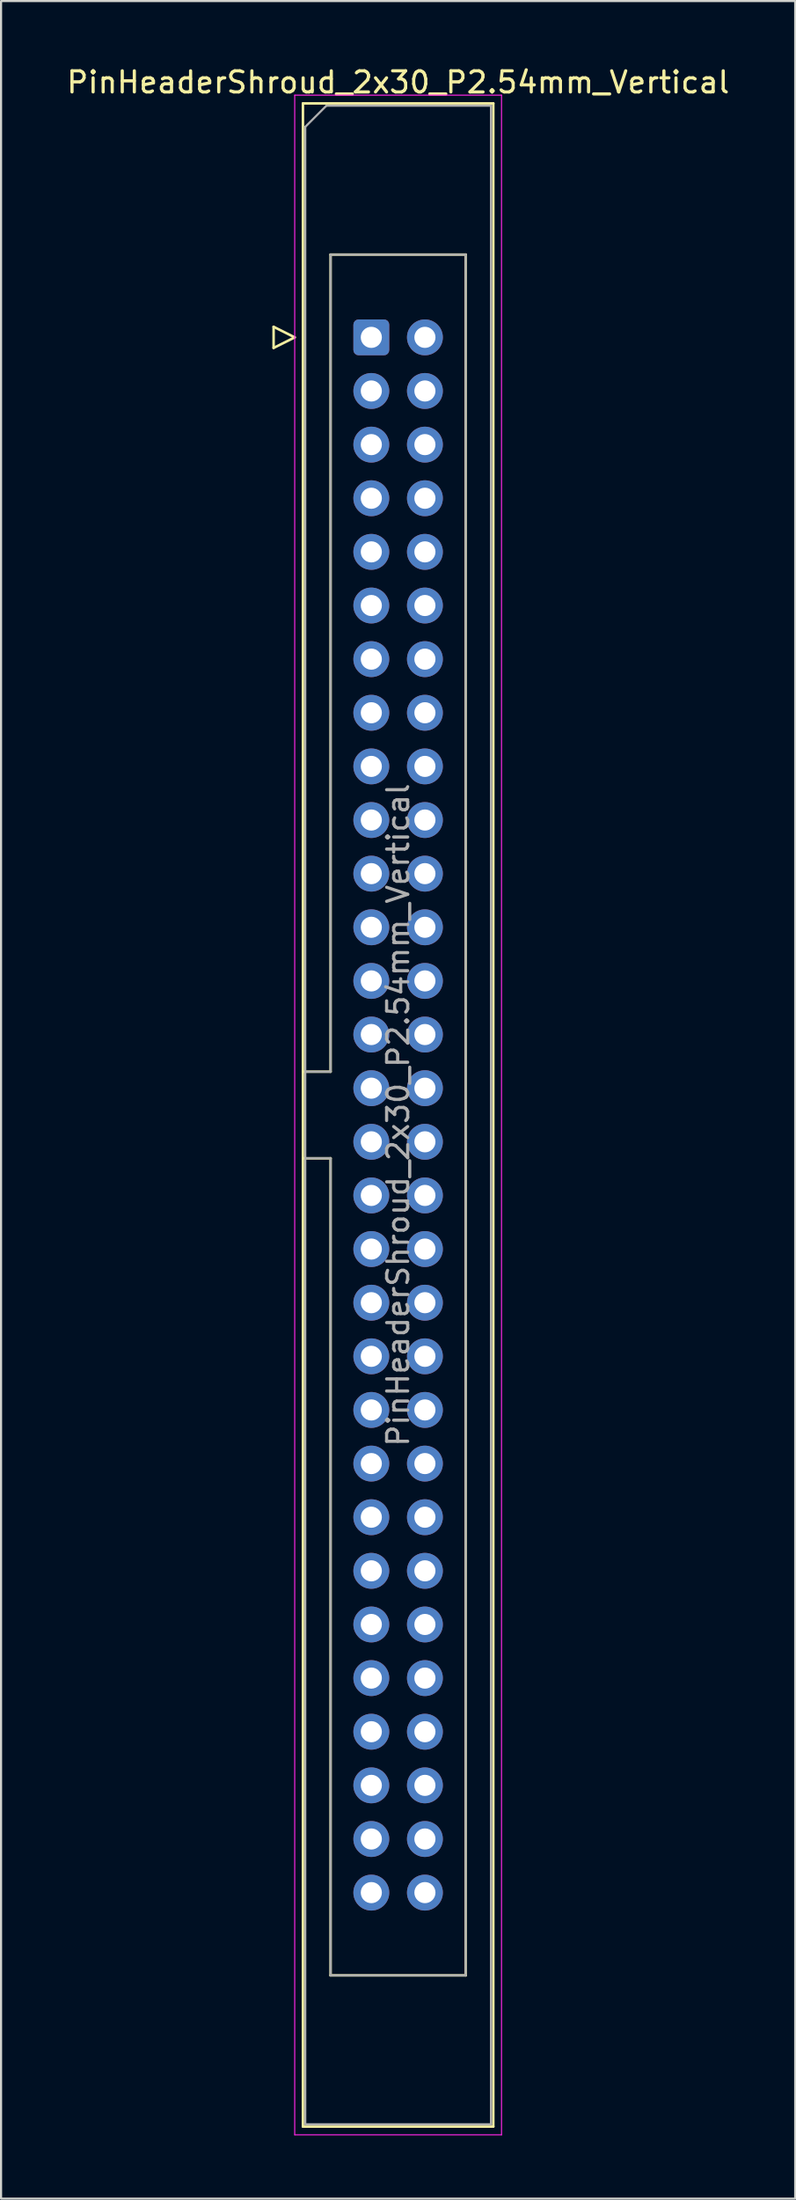
<source format=kicad_pcb>
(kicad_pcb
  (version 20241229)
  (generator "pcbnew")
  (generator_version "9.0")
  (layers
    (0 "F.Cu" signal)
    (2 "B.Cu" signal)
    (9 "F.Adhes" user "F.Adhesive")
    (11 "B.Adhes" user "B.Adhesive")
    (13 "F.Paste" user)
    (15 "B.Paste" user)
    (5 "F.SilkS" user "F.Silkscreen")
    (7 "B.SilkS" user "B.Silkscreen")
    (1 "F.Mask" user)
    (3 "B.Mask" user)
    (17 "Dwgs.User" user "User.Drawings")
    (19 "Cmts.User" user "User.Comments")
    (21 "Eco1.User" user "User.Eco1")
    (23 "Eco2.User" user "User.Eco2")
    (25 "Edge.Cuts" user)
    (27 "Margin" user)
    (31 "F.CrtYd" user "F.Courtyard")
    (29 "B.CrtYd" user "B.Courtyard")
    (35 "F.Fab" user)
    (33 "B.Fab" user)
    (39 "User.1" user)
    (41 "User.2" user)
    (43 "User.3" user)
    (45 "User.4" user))
  (footprint "PinHeaderShroud_2x30_P2.54mm_Vertical"
    (layer "F.Cu")
    (at 14.545 12.928)
    (property "Reference" "PinHeaderShroud_2x30_P2.54mm_Vertical" (at 1.27 -12.08 0) (layer "F.SilkS") (effects (font (size 1 1) (thickness 0.15))))
    (attr through_hole)
    (fp_line (start -4.63 -0.5) (end -4.63 0.5) (stroke (width 0.12) (type solid)) (layer "F.SilkS"))
    (fp_line (start -4.63 0.5) (end -3.63 0) (stroke (width 0.12) (type solid)) (layer "F.SilkS"))
    (fp_line (start -3.63 0) (end -4.63 -0.5) (stroke (width 0.12) (type solid)) (layer "F.SilkS"))
    (fp_line (start -3.24 -11.08) (end 5.78 -11.08) (stroke (width 0.12) (type solid)) (layer "F.SilkS"))
    (fp_line (start -3.24 34.78) (end -1.93 34.78) (stroke (width 0.12) (type solid)) (layer "F.SilkS"))
    (fp_line (start -3.24 38.88) (end -1.93 38.88) (stroke (width 0.12) (type solid)) (layer "F.SilkS"))
    (fp_line (start -3.24 84.74) (end -3.24 -11.08) (stroke (width 0.12) (type solid)) (layer "F.SilkS"))
    (fp_line (start -1.93 -3.92) (end 4.47 -3.92) (stroke (width 0.12) (type solid)) (layer "F.SilkS"))
    (fp_line (start -1.93 34.78) (end -1.93 -3.92) (stroke (width 0.12) (type solid)) (layer "F.SilkS"))
    (fp_line (start -1.93 77.58) (end -1.93 38.88) (stroke (width 0.12) (type solid)) (layer "F.SilkS"))
    (fp_line (start 4.47 -3.92) (end 4.47 77.58) (stroke (width 0.12) (type solid)) (layer "F.SilkS"))
    (fp_line (start 4.47 77.58) (end -1.93 77.58) (stroke (width 0.12) (type solid)) (layer "F.SilkS"))
    (fp_line (start 5.78 -11.08) (end 5.78 84.74) (stroke (width 0.12) (type solid)) (layer "F.SilkS"))
    (fp_line (start 5.78 84.74) (end -3.24 84.74) (stroke (width 0.12) (type solid)) (layer "F.SilkS"))
    (fp_line (start -3.63 -11.47) (end -3.63 85.13) (stroke (width 0.05) (type solid)) (layer "F.CrtYd"))
    (fp_line (start -3.63 85.13) (end 6.17 85.13) (stroke (width 0.05) (type solid)) (layer "F.CrtYd"))
    (fp_line (start 6.17 -11.47) (end -3.63 -11.47) (stroke (width 0.05) (type solid)) (layer "F.CrtYd"))
    (fp_line (start 6.17 85.13) (end 6.17 -11.47) (stroke (width 0.05) (type solid)) (layer "F.CrtYd"))
    (fp_line (start -3.13 -9.97) (end -2.13 -10.97) (stroke (width 0.1) (type solid)) (layer "F.Fab"))
    (fp_line (start -3.13 34.78) (end -1.93 34.78) (stroke (width 0.1) (type solid)) (layer "F.Fab"))
    (fp_line (start -3.13 38.88) (end -1.93 38.88) (stroke (width 0.1) (type solid)) (layer "F.Fab"))
    (fp_line (start -3.13 84.63) (end -3.13 -9.97) (stroke (width 0.1) (type solid)) (layer "F.Fab"))
    (fp_line (start -2.13 -10.97) (end 5.67 -10.97) (stroke (width 0.1) (type solid)) (layer "F.Fab"))
    (fp_line (start -1.93 -3.92) (end 4.47 -3.92) (stroke (width 0.1) (type solid)) (layer "F.Fab"))
    (fp_line (start -1.93 34.78) (end -1.93 -3.92) (stroke (width 0.1) (type solid)) (layer "F.Fab"))
    (fp_line (start -1.93 77.58) (end -1.93 38.88) (stroke (width 0.1) (type solid)) (layer "F.Fab"))
    (fp_line (start 4.47 -3.92) (end 4.47 77.58) (stroke (width 0.1) (type solid)) (layer "F.Fab"))
    (fp_line (start 4.47 77.58) (end -1.93 77.58) (stroke (width 0.1) (type solid)) (layer "F.Fab"))
    (fp_line (start 5.67 -10.97) (end 5.67 84.63) (stroke (width 0.1) (type solid)) (layer "F.Fab"))
    (fp_line (start 5.67 84.63) (end -3.13 84.63) (stroke (width 0.1) (type solid)) (layer "F.Fab"))
    (fp_text user "${REFERENCE}" (at 1.27 36.83 90) (layer "F.Fab") (effects (font (size 1 1) (thickness 0.15))))
    (pad "1" thru_hole roundrect (at 0 0) (size 1.7 1.7) (drill 1) (layers "*.Cu" "*.Mask") (roundrect_rratio 0.147))
    (pad "2" thru_hole circle (at 2.54 0) (size 1.7 1.7) (drill 1) (layers "*.Cu" "*.Mask"))
    (pad "3" thru_hole circle (at 0 2.54) (size 1.7 1.7) (drill 1) (layers "*.Cu" "*.Mask"))
    (pad "4" thru_hole circle (at 2.54 2.54) (size 1.7 1.7) (drill 1) (layers "*.Cu" "*.Mask"))
    (pad "5" thru_hole circle (at 0 5.08) (size 1.7 1.7) (drill 1) (layers "*.Cu" "*.Mask"))
    (pad "6" thru_hole circle (at 2.54 5.08) (size 1.7 1.7) (drill 1) (layers "*.Cu" "*.Mask"))
    (pad "7" thru_hole circle (at 0 7.62) (size 1.7 1.7) (drill 1) (layers "*.Cu" "*.Mask"))
    (pad "8" thru_hole circle (at 2.54 7.62) (size 1.7 1.7) (drill 1) (layers "*.Cu" "*.Mask"))
    (pad "9" thru_hole circle (at 0 10.16) (size 1.7 1.7) (drill 1) (layers "*.Cu" "*.Mask"))
    (pad "10" thru_hole circle (at 2.54 10.16) (size 1.7 1.7) (drill 1) (layers "*.Cu" "*.Mask"))
    (pad "11" thru_hole circle (at 0 12.7) (size 1.7 1.7) (drill 1) (layers "*.Cu" "*.Mask"))
    (pad "12" thru_hole circle (at 2.54 12.7) (size 1.7 1.7) (drill 1) (layers "*.Cu" "*.Mask"))
    (pad "13" thru_hole circle (at 0 15.24) (size 1.7 1.7) (drill 1) (layers "*.Cu" "*.Mask"))
    (pad "14" thru_hole circle (at 2.54 15.24) (size 1.7 1.7) (drill 1) (layers "*.Cu" "*.Mask"))
    (pad "15" thru_hole circle (at 0 17.78) (size 1.7 1.7) (drill 1) (layers "*.Cu" "*.Mask"))
    (pad "16" thru_hole circle (at 2.54 17.78) (size 1.7 1.7) (drill 1) (layers "*.Cu" "*.Mask"))
    (pad "17" thru_hole circle (at 0 20.32) (size 1.7 1.7) (drill 1) (layers "*.Cu" "*.Mask"))
    (pad "18" thru_hole circle (at 2.54 20.32) (size 1.7 1.7) (drill 1) (layers "*.Cu" "*.Mask"))
    (pad "19" thru_hole circle (at 0 22.86) (size 1.7 1.7) (drill 1) (layers "*.Cu" "*.Mask"))
    (pad "20" thru_hole circle (at 2.54 22.86) (size 1.7 1.7) (drill 1) (layers "*.Cu" "*.Mask"))
    (pad "21" thru_hole circle (at 0 25.4) (size 1.7 1.7) (drill 1) (layers "*.Cu" "*.Mask"))
    (pad "22" thru_hole circle (at 2.54 25.4) (size 1.7 1.7) (drill 1) (layers "*.Cu" "*.Mask"))
    (pad "23" thru_hole circle (at 0 27.94) (size 1.7 1.7) (drill 1) (layers "*.Cu" "*.Mask"))
    (pad "24" thru_hole circle (at 2.54 27.94) (size 1.7 1.7) (drill 1) (layers "*.Cu" "*.Mask"))
    (pad "25" thru_hole circle (at 0 30.48) (size 1.7 1.7) (drill 1) (layers "*.Cu" "*.Mask"))
    (pad "26" thru_hole circle (at 2.54 30.48) (size 1.7 1.7) (drill 1) (layers "*.Cu" "*.Mask"))
    (pad "27" thru_hole circle (at 0 33.02) (size 1.7 1.7) (drill 1) (layers "*.Cu" "*.Mask"))
    (pad "28" thru_hole circle (at 2.54 33.02) (size 1.7 1.7) (drill 1) (layers "*.Cu" "*.Mask"))
    (pad "29" thru_hole circle (at 0 35.56) (size 1.7 1.7) (drill 1) (layers "*.Cu" "*.Mask"))
    (pad "30" thru_hole circle (at 2.54 35.56) (size 1.7 1.7) (drill 1) (layers "*.Cu" "*.Mask"))
    (pad "31" thru_hole circle (at 0 38.1) (size 1.7 1.7) (drill 1) (layers "*.Cu" "*.Mask"))
    (pad "32" thru_hole circle (at 2.54 38.1) (size 1.7 1.7) (drill 1) (layers "*.Cu" "*.Mask"))
    (pad "33" thru_hole circle (at 0 40.64) (size 1.7 1.7) (drill 1) (layers "*.Cu" "*.Mask"))
    (pad "34" thru_hole circle (at 2.54 40.64) (size 1.7 1.7) (drill 1) (layers "*.Cu" "*.Mask"))
    (pad "35" thru_hole circle (at 0 43.18) (size 1.7 1.7) (drill 1) (layers "*.Cu" "*.Mask"))
    (pad "36" thru_hole circle (at 2.54 43.18) (size 1.7 1.7) (drill 1) (layers "*.Cu" "*.Mask"))
    (pad "37" thru_hole circle (at 0 45.72) (size 1.7 1.7) (drill 1) (layers "*.Cu" "*.Mask"))
    (pad "38" thru_hole circle (at 2.54 45.72) (size 1.7 1.7) (drill 1) (layers "*.Cu" "*.Mask"))
    (pad "39" thru_hole circle (at 0 48.26) (size 1.7 1.7) (drill 1) (layers "*.Cu" "*.Mask"))
    (pad "40" thru_hole circle (at 2.54 48.26) (size 1.7 1.7) (drill 1) (layers "*.Cu" "*.Mask"))
    (pad "41" thru_hole circle (at 0 50.8) (size 1.7 1.7) (drill 1) (layers "*.Cu" "*.Mask"))
    (pad "42" thru_hole circle (at 2.54 50.8) (size 1.7 1.7) (drill 1) (layers "*.Cu" "*.Mask"))
    (pad "43" thru_hole circle (at 0 53.34) (size 1.7 1.7) (drill 1) (layers "*.Cu" "*.Mask"))
    (pad "44" thru_hole circle (at 2.54 53.34) (size 1.7 1.7) (drill 1) (layers "*.Cu" "*.Mask"))
    (pad "45" thru_hole circle (at 0 55.88) (size 1.7 1.7) (drill 1) (layers "*.Cu" "*.Mask"))
    (pad "46" thru_hole circle (at 2.54 55.88) (size 1.7 1.7) (drill 1) (layers "*.Cu" "*.Mask"))
    (pad "47" thru_hole circle (at 0 58.42) (size 1.7 1.7) (drill 1) (layers "*.Cu" "*.Mask"))
    (pad "48" thru_hole circle (at 2.54 58.42) (size 1.7 1.7) (drill 1) (layers "*.Cu" "*.Mask"))
    (pad "49" thru_hole circle (at 0 60.96) (size 1.7 1.7) (drill 1) (layers "*.Cu" "*.Mask"))
    (pad "50" thru_hole circle (at 2.54 60.96) (size 1.7 1.7) (drill 1) (layers "*.Cu" "*.Mask"))
    (pad "51" thru_hole circle (at 0 63.5) (size 1.7 1.7) (drill 1) (layers "*.Cu" "*.Mask"))
    (pad "52" thru_hole circle (at 2.54 63.5) (size 1.7 1.7) (drill 1) (layers "*.Cu" "*.Mask"))
    (pad "53" thru_hole circle (at 0 66.04) (size 1.7 1.7) (drill 1) (layers "*.Cu" "*.Mask"))
    (pad "54" thru_hole circle (at 2.54 66.04) (size 1.7 1.7) (drill 1) (layers "*.Cu" "*.Mask"))
    (pad "55" thru_hole circle (at 0 68.58) (size 1.7 1.7) (drill 1) (layers "*.Cu" "*.Mask"))
    (pad "56" thru_hole circle (at 2.54 68.58) (size 1.7 1.7) (drill 1) (layers "*.Cu" "*.Mask"))
    (pad "57" thru_hole circle (at 0 71.12) (size 1.7 1.7) (drill 1) (layers "*.Cu" "*.Mask"))
    (pad "58" thru_hole circle (at 2.54 71.12) (size 1.7 1.7) (drill 1) (layers "*.Cu" "*.Mask"))
    (pad "59" thru_hole circle (at 0 73.66) (size 1.7 1.7) (drill 1) (layers "*.Cu" "*.Mask"))
    (pad "60" thru_hole circle (at 2.54 73.66) (size 1.7 1.7) (drill 1) (layers "*.Cu" "*.Mask")))
  (gr_rect
    (start -3 -3)
    (end 34.631 101.083)
    (stroke (width 0.1) (type default))
    (fill no)
    (layer "Edge.Cuts")))
</source>
